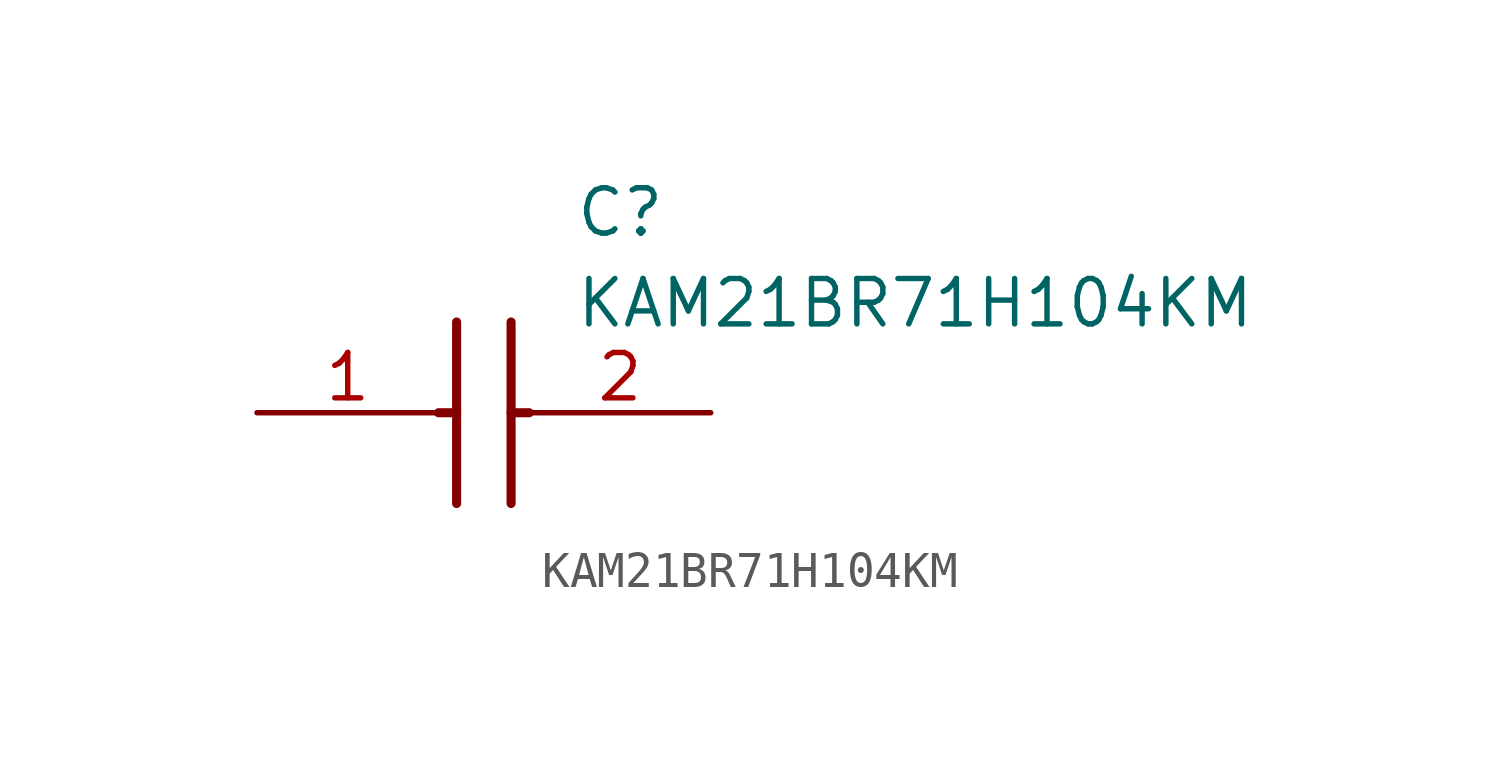
<source format=kicad_sym>
(kicad_symbol_lib
  (version 20211014)
  (generator SamacSys_ECAD_Model)
  (symbol "KAM21BR71H104KM"
    (pin_names hide)
    (property "Reference" "C"
      (at 8.89 6.35 0)
      (effects (font (size 1.27 1.27)) (justify left top)))
    (property "Value" "KAM21BR71H104KM"
      (at 8.89 3.81 0)
      (effects (font (size 1.27 1.27)) (justify left top)))
    (polyline
      (pts (xy 5.588 2.54) (xy 5.588 -2.54))
      (stroke (width 0.254) (type default))
      (fill (type none)))
    (polyline
      (pts (xy 7.112 2.54) (xy 7.112 -2.54))
      (stroke (width 0.254) (type default))
      (fill (type none)))
    (polyline
      (pts (xy 5.08 0) (xy 5.588 0))
      (stroke (width 0.254) (type default))
      (fill (type none)))
    (polyline
      (pts (xy 7.112 0) (xy 7.62 0))
      (stroke (width 0.254) (type default))
      (fill (type none)))
    (pin passive line
      (at 0 0 0)
      (length 5.08)
      (name "1" (effects (font (size 1.27 1.27))))
      (number "1" (effects (font (size 1.27 1.27)))))
    (pin passive line
      (at 12.7 0 180)
      (length 5.08)
      (name "2" (effects (font (size 1.27 1.27))))
      (number "2" (effects (font (size 1.27 1.27)))))))
</source>
